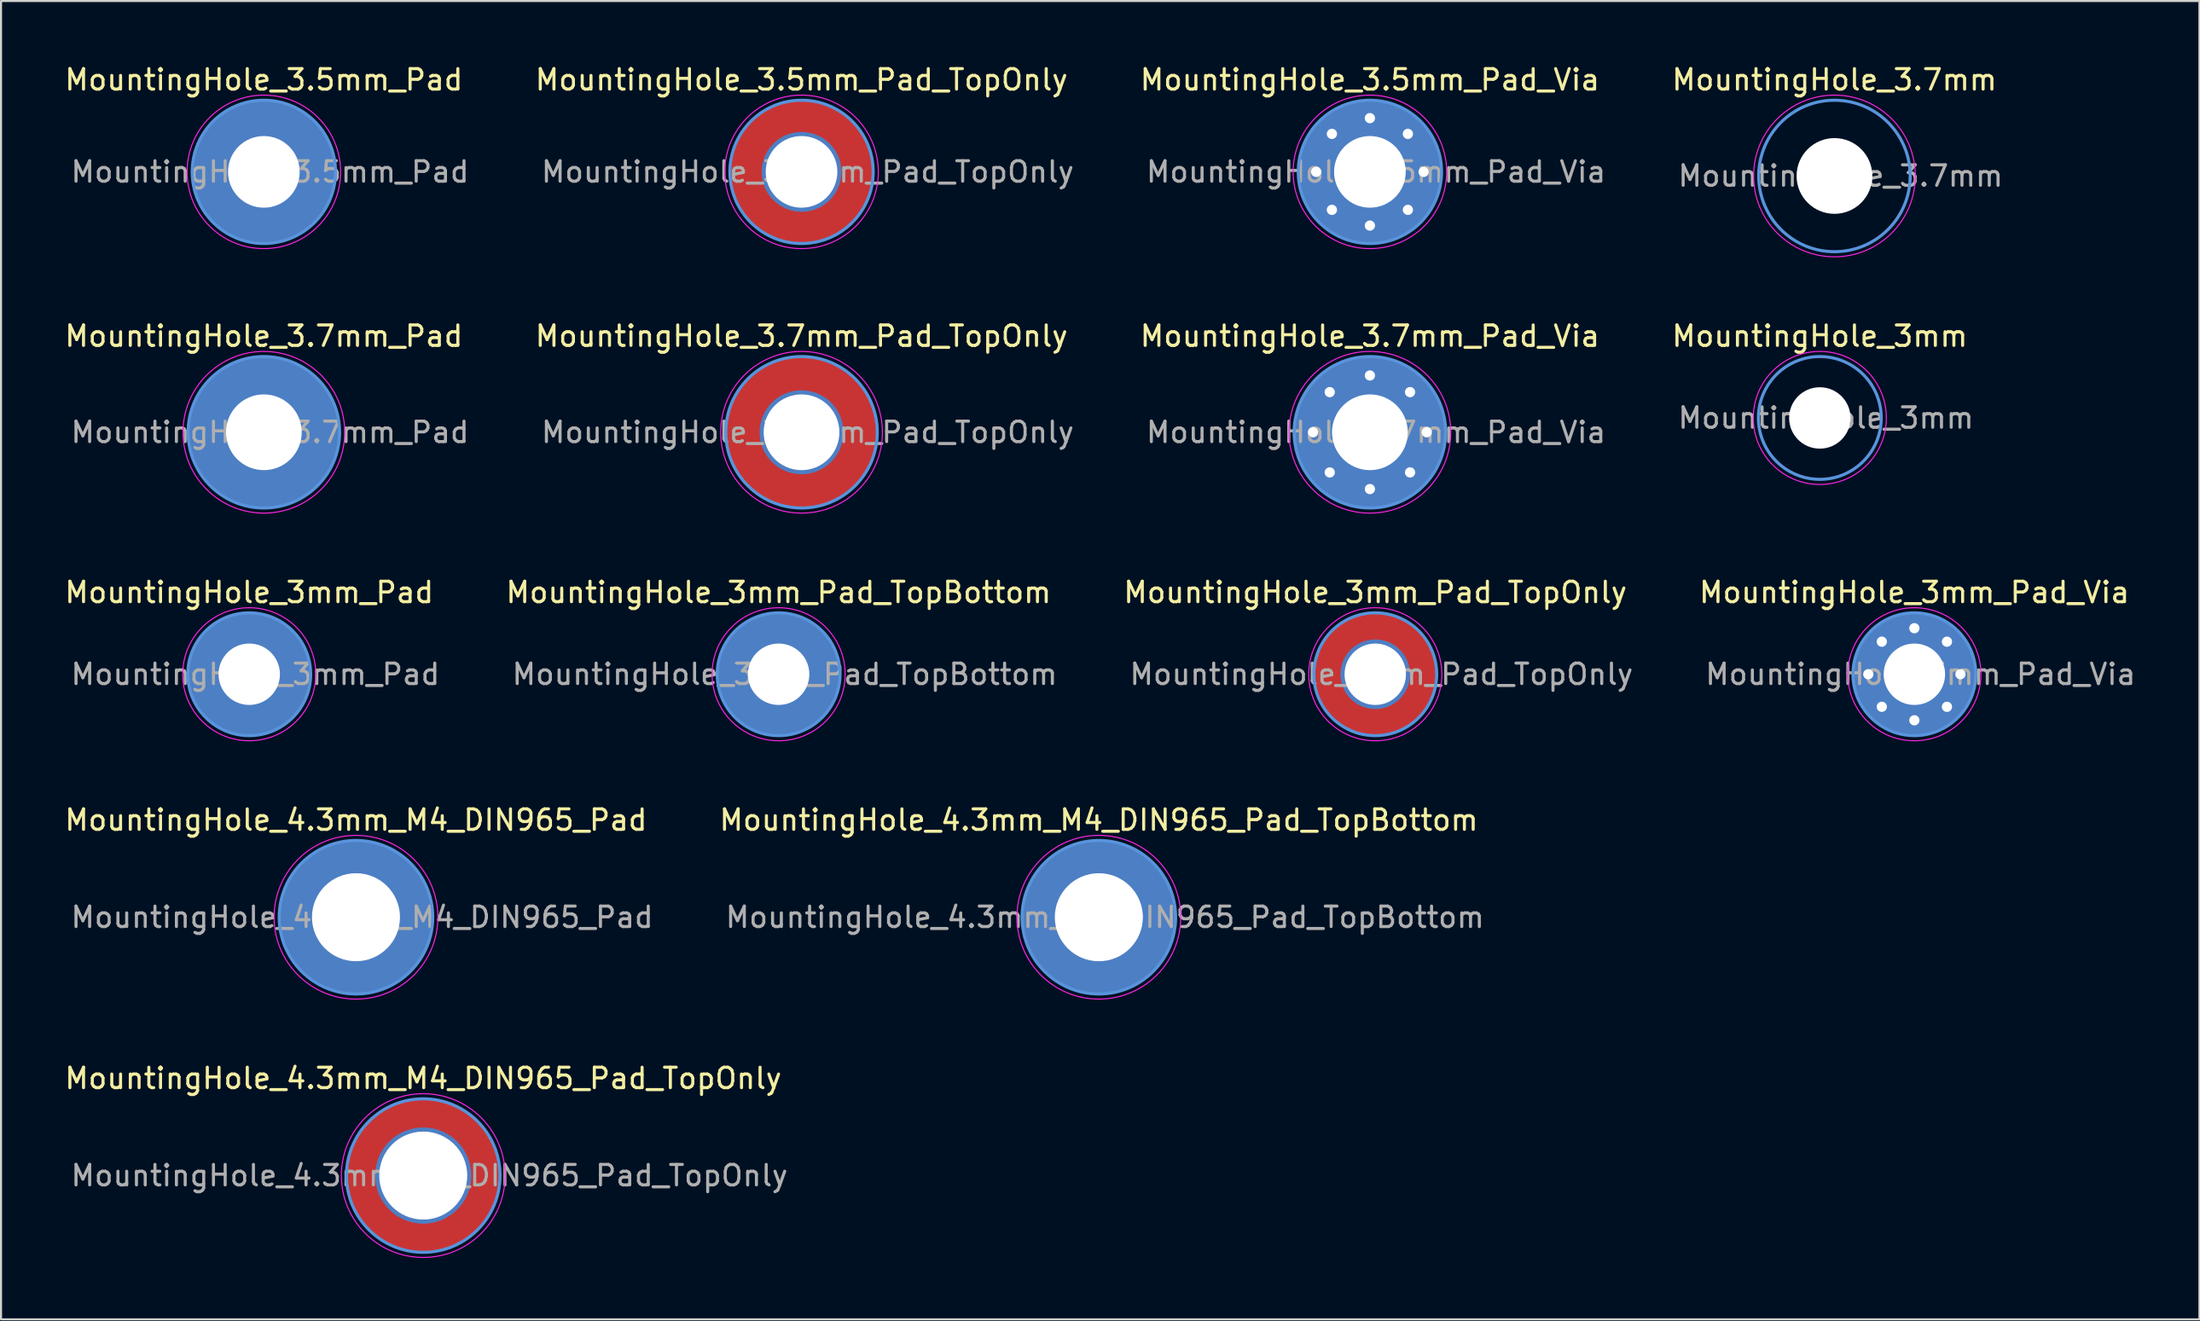
<source format=kicad_pcb>
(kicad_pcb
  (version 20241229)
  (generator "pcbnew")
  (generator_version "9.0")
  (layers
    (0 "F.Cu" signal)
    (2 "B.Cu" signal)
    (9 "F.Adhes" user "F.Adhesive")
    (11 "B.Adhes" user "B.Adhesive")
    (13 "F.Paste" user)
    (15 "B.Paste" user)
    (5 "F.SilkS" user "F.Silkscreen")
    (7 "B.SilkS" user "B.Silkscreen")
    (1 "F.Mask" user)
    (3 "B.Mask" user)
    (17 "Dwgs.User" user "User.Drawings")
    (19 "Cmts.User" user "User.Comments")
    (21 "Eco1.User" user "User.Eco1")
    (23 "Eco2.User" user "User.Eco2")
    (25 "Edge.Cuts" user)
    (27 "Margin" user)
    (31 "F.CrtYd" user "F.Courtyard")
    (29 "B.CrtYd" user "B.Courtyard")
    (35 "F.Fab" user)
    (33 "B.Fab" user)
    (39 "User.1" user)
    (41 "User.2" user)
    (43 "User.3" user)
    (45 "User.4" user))
  (footprint "MountingHole_4.3mm_M4_DIN965_Pad_TopOnly"
    (layer "F.Cu")
    (at 17.625 54.391)
    (property "Reference" "MountingHole_4.3mm_M4_DIN965_Pad_TopOnly" (at 0 -4.75 0) (layer "F.SilkS") (effects (font (size 1 1) (thickness 0.15))))
    (attr exclude_from_pos_files exclude_from_bom)
    (fp_circle (center 0 0) (end 3.75 0) (stroke (width 0.15) (type solid)) (fill no) (layer "Cmts.User"))
    (fp_circle (center 0 0) (end 4 0) (stroke (width 0.05) (type solid)) (fill no) (layer "F.CrtYd"))
    (fp_text user "${REFERENCE}" (at 0.3 0 0) (layer "F.Fab") (effects (font (size 1 1) (thickness 0.15))))
    (pad "1" thru_hole circle (at 0 0) (size 4.7 4.7) (drill 4.3) (layers "*.Cu" "*.Mask"))
    (pad "1" connect circle (at 0 0) (size 7.5 7.5) (layers "F.Cu" "F.Mask")))
  (footprint "MountingHole_3.7mm"
    (layer "F.Cu")
    (at 86.561 5.548)
    (property "Reference" "MountingHole_3.7mm" (at 0 -4.7 0) (layer "F.SilkS") (effects (font (size 1 1) (thickness 0.15))))
    (attr exclude_from_pos_files exclude_from_bom)
    (fp_circle (center 0 0) (end 3.7 0) (stroke (width 0.15) (type solid)) (fill no) (layer "Cmts.User"))
    (fp_circle (center 0 0) (end 3.95 0) (stroke (width 0.05) (type solid)) (fill no) (layer "F.CrtYd"))
    (fp_text user "${REFERENCE}" (at 0.3 0 0) (layer "F.Fab") (effects (font (size 1 1) (thickness 0.15))))
    (pad "" np_thru_hole circle (at 0 0) (size 3.7 3.7) (drill 3.7) (layers "*.Cu" "*.Mask")))
  (footprint "MountingHole_4.3mm_M4_DIN965_Pad"
    (layer "F.Cu")
    (at 14.339 41.768)
    (property "Reference" "MountingHole_4.3mm_M4_DIN965_Pad" (at 0 -4.75 0) (layer "F.SilkS") (effects (font (size 1 1) (thickness 0.15))))
    (attr exclude_from_pos_files exclude_from_bom)
    (fp_circle (center 0 0) (end 3.75 0) (stroke (width 0.15) (type solid)) (fill no) (layer "Cmts.User"))
    (fp_circle (center 0 0) (end 4 0) (stroke (width 0.05) (type solid)) (fill no) (layer "F.CrtYd"))
    (fp_text user "${REFERENCE}" (at 0.3 0 0) (layer "F.Fab") (effects (font (size 1 1) (thickness 0.15))))
    (pad "1" thru_hole circle (at 0 0) (size 7.5 7.5) (drill 4.3) (layers "*.Cu" "*.Mask")))
  (footprint "MountingHole_3mm_Pad_Via"
    (layer "F.Cu")
    (at 90.465 29.895)
    (property "Reference" "MountingHole_3mm_Pad_Via" (at 0 -4 0) (layer "F.SilkS") (effects (font (size 1 1) (thickness 0.15))))
    (attr exclude_from_pos_files exclude_from_bom)
    (fp_circle (center 0 0) (end 3 0) (stroke (width 0.15) (type solid)) (fill no) (layer "Cmts.User"))
    (fp_circle (center 0 0) (end 3.25 0) (stroke (width 0.05) (type solid)) (fill no) (layer "F.CrtYd"))
    (fp_text user "${REFERENCE}" (at 0.3 0 0) (layer "F.Fab") (effects (font (size 1 1) (thickness 0.15))))
    (pad "1" thru_hole circle (at -2.25 0) (size 0.8 0.8) (drill 0.5) (layers "*.Cu" "*.Mask"))
    (pad "1" thru_hole circle (at -1.591 -1.591) (size 0.8 0.8) (drill 0.5) (layers "*.Cu" "*.Mask"))
    (pad "1" thru_hole circle (at -1.591 1.591) (size 0.8 0.8) (drill 0.5) (layers "*.Cu" "*.Mask"))
    (pad "1" thru_hole circle (at 0 -2.25) (size 0.8 0.8) (drill 0.5) (layers "*.Cu" "*.Mask"))
    (pad "1" thru_hole circle (at 0 0) (size 6 6) (drill 3) (layers "*.Cu" "*.Mask"))
    (pad "1" thru_hole circle (at 0 2.25) (size 0.8 0.8) (drill 0.5) (layers "*.Cu" "*.Mask"))
    (pad "1" thru_hole circle (at 1.591 -1.591) (size 0.8 0.8) (drill 0.5) (layers "*.Cu" "*.Mask"))
    (pad "1" thru_hole circle (at 1.591 1.591) (size 0.8 0.8) (drill 0.5) (layers "*.Cu" "*.Mask"))
    (pad "1" thru_hole circle (at 2.25 0) (size 0.8 0.8) (drill 0.5) (layers "*.Cu" "*.Mask")))
  (footprint "MountingHole_3mm_Pad_TopBottom"
    (layer "F.Cu")
    (at 34.985 29.895)
    (property "Reference" "MountingHole_3mm_Pad_TopBottom" (at 0 -4 0) (layer "F.SilkS") (effects (font (size 1 1) (thickness 0.15))))
    (attr exclude_from_pos_files exclude_from_bom)
    (fp_circle (center 0 0) (end 3 0) (stroke (width 0.15) (type solid)) (fill no) (layer "Cmts.User"))
    (fp_circle (center 0 0) (end 3.25 0) (stroke (width 0.05) (type solid)) (fill no) (layer "F.CrtYd"))
    (fp_text user "${REFERENCE}" (at 0.3 0 0) (layer "F.Fab") (effects (font (size 1 1) (thickness 0.15))))
    (pad "1" thru_hole circle (at 0 0) (size 3.4 3.4) (drill 3) (layers "*.Cu" "*.Mask"))
    (pad "1" connect circle (at 0 0) (size 6 6) (layers "F.Cu" "F.Mask"))
    (pad "1" connect circle (at 0 0) (size 6 6) (layers "B.Cu" "B.Mask")))
  (footprint "MountingHole_3.7mm_Pad_Via"
    (layer "F.Cu")
    (at 63.868 18.072)
    (property "Reference" "MountingHole_3.7mm_Pad_Via" (at 0 -4.7 0) (layer "F.SilkS") (effects (font (size 1 1) (thickness 0.15))))
    (attr exclude_from_pos_files exclude_from_bom)
    (fp_circle (center 0 0) (end 3.7 0) (stroke (width 0.15) (type solid)) (fill no) (layer "Cmts.User"))
    (fp_circle (center 0 0) (end 3.95 0) (stroke (width 0.05) (type solid)) (fill no) (layer "F.CrtYd"))
    (fp_text user "${REFERENCE}" (at 0.3 0 0) (layer "F.Fab") (effects (font (size 1 1) (thickness 0.15))))
    (pad "1" thru_hole circle (at -2.775 0) (size 0.8 0.8) (drill 0.5) (layers "*.Cu" "*.Mask"))
    (pad "1" thru_hole circle (at -1.962 -1.962) (size 0.8 0.8) (drill 0.5) (layers "*.Cu" "*.Mask"))
    (pad "1" thru_hole circle (at -1.962 1.962) (size 0.8 0.8) (drill 0.5) (layers "*.Cu" "*.Mask"))
    (pad "1" thru_hole circle (at 0 -2.775) (size 0.8 0.8) (drill 0.5) (layers "*.Cu" "*.Mask"))
    (pad "1" thru_hole circle (at 0 0) (size 7.4 7.4) (drill 3.7) (layers "*.Cu" "*.Mask"))
    (pad "1" thru_hole circle (at 0 2.775) (size 0.8 0.8) (drill 0.5) (layers "*.Cu" "*.Mask"))
    (pad "1" thru_hole circle (at 1.962 -1.962) (size 0.8 0.8) (drill 0.5) (layers "*.Cu" "*.Mask"))
    (pad "1" thru_hole circle (at 1.962 1.962) (size 0.8 0.8) (drill 0.5) (layers "*.Cu" "*.Mask"))
    (pad "1" thru_hole circle (at 2.775 0) (size 0.8 0.8) (drill 0.5) (layers "*.Cu" "*.Mask")))
  (footprint "MountingHole_4.3mm_M4_DIN965_Pad_TopBottom"
    (layer "F.Cu")
    (at 50.627 41.768)
    (property "Reference" "MountingHole_4.3mm_M4_DIN965_Pad_TopBottom" (at 0 -4.75 0) (layer "F.SilkS") (effects (font (size 1 1) (thickness 0.15))))
    (attr exclude_from_pos_files exclude_from_bom)
    (fp_circle (center 0 0) (end 3.75 0) (stroke (width 0.15) (type solid)) (fill no) (layer "Cmts.User"))
    (fp_circle (center 0 0) (end 4 0) (stroke (width 0.05) (type solid)) (fill no) (layer "F.CrtYd"))
    (fp_text user "${REFERENCE}" (at 0.3 0 0) (layer "F.Fab") (effects (font (size 1 1) (thickness 0.15))))
    (pad "1" thru_hole circle (at 0 0) (size 4.7 4.7) (drill 4.3) (layers "*.Cu" "*.Mask"))
    (pad "1" connect circle (at 0 0) (size 7.5 7.5) (layers "F.Cu" "F.Mask"))
    (pad "1" connect circle (at 0 0) (size 7.5 7.5) (layers "B.Cu" "B.Mask")))
  (footprint "MountingHole_3.7mm_Pad"
    (layer "F.Cu")
    (at 9.839 18.072)
    (property "Reference" "MountingHole_3.7mm_Pad" (at 0 -4.7 0) (layer "F.SilkS") (effects (font (size 1 1) (thickness 0.15))))
    (attr exclude_from_pos_files exclude_from_bom)
    (fp_circle (center 0 0) (end 3.7 0) (stroke (width 0.15) (type solid)) (fill no) (layer "Cmts.User"))
    (fp_circle (center 0 0) (end 3.95 0) (stroke (width 0.05) (type solid)) (fill no) (layer "F.CrtYd"))
    (fp_text user "${REFERENCE}" (at 0.3 0 0) (layer "F.Fab") (effects (font (size 1 1) (thickness 0.15))))
    (pad "1" thru_hole circle (at 0 0) (size 7.4 7.4) (drill 3.7) (layers "*.Cu" "*.Mask")))
  (footprint "MountingHole_3.7mm_Pad_TopOnly"
    (layer "F.Cu")
    (at 36.104 18.072)
    (property "Reference" "MountingHole_3.7mm_Pad_TopOnly" (at 0 -4.7 0) (layer "F.SilkS") (effects (font (size 1 1) (thickness 0.15))))
    (attr exclude_from_pos_files exclude_from_bom)
    (fp_circle (center 0 0) (end 3.7 0) (stroke (width 0.15) (type solid)) (fill no) (layer "Cmts.User"))
    (fp_circle (center 0 0) (end 3.95 0) (stroke (width 0.05) (type solid)) (fill no) (layer "F.CrtYd"))
    (fp_text user "${REFERENCE}" (at 0.3 0 0) (layer "F.Fab") (effects (font (size 1 1) (thickness 0.15))))
    (pad "1" thru_hole circle (at 0 0) (size 4.1 4.1) (drill 3.7) (layers "*.Cu" "*.Mask"))
    (pad "1" connect circle (at 0 0) (size 7.4 7.4) (layers "F.Cu" "F.Mask")))
  (footprint "MountingHole_3mm_Pad"
    (layer "F.Cu")
    (at 9.125 29.895)
    (property "Reference" "MountingHole_3mm_Pad" (at 0 -4 0) (layer "F.SilkS") (effects (font (size 1 1) (thickness 0.15))))
    (attr exclude_from_pos_files exclude_from_bom)
    (fp_circle (center 0 0) (end 3 0) (stroke (width 0.15) (type solid)) (fill no) (layer "Cmts.User"))
    (fp_circle (center 0 0) (end 3.25 0) (stroke (width 0.05) (type solid)) (fill no) (layer "F.CrtYd"))
    (fp_text user "${REFERENCE}" (at 0.3 0 0) (layer "F.Fab") (effects (font (size 1 1) (thickness 0.15))))
    (pad "1" thru_hole circle (at 0 0) (size 6 6) (drill 3) (layers "*.Cu" "*.Mask")))
  (footprint "MountingHole_3.5mm_Pad_TopOnly"
    (layer "F.Cu")
    (at 36.104 5.348)
    (property "Reference" "MountingHole_3.5mm_Pad_TopOnly" (at 0 -4.5 0) (layer "F.SilkS") (effects (font (size 1 1) (thickness 0.15))))
    (attr exclude_from_pos_files exclude_from_bom)
    (fp_circle (center 0 0) (end 3.5 0) (stroke (width 0.15) (type solid)) (fill no) (layer "Cmts.User"))
    (fp_circle (center 0 0) (end 3.75 0) (stroke (width 0.05) (type solid)) (fill no) (layer "F.CrtYd"))
    (fp_text user "${REFERENCE}" (at 0.3 0 0) (layer "F.Fab") (effects (font (size 1 1) (thickness 0.15))))
    (pad "1" thru_hole circle (at 0 0) (size 3.9 3.9) (drill 3.5) (layers "*.Cu" "*.Mask"))
    (pad "1" connect circle (at 0 0) (size 7 7) (layers "F.Cu" "F.Mask")))
  (footprint "MountingHole_3mm"
    (layer "F.Cu")
    (at 85.846 17.372)
    (property "Reference" "MountingHole_3mm" (at 0 -4 0) (layer "F.SilkS") (effects (font (size 1 1) (thickness 0.15))))
    (attr exclude_from_pos_files exclude_from_bom)
    (fp_circle (center 0 0) (end 3 0) (stroke (width 0.15) (type solid)) (fill no) (layer "Cmts.User"))
    (fp_circle (center 0 0) (end 3.25 0) (stroke (width 0.05) (type solid)) (fill no) (layer "F.CrtYd"))
    (fp_text user "${REFERENCE}" (at 0.3 0 0) (layer "F.Fab") (effects (font (size 1 1) (thickness 0.15))))
    (pad "" np_thru_hole circle (at 0 0) (size 3 3) (drill 3) (layers "*.Cu" "*.Mask")))
  (footprint "MountingHole_3.5mm_Pad_Via"
    (layer "F.Cu")
    (at 63.868 5.348)
    (property "Reference" "MountingHole_3.5mm_Pad_Via" (at 0 -4.5 0) (layer "F.SilkS") (effects (font (size 1 1) (thickness 0.15))))
    (attr exclude_from_pos_files exclude_from_bom)
    (fp_circle (center 0 0) (end 3.5 0) (stroke (width 0.15) (type solid)) (fill no) (layer "Cmts.User"))
    (fp_circle (center 0 0) (end 3.75 0) (stroke (width 0.05) (type solid)) (fill no) (layer "F.CrtYd"))
    (fp_text user "${REFERENCE}" (at 0.3 0 0) (layer "F.Fab") (effects (font (size 1 1) (thickness 0.15))))
    (pad "1" thru_hole circle (at -2.625 0) (size 0.8 0.8) (drill 0.5) (layers "*.Cu" "*.Mask"))
    (pad "1" thru_hole circle (at -1.856 -1.856) (size 0.8 0.8) (drill 0.5) (layers "*.Cu" "*.Mask"))
    (pad "1" thru_hole circle (at -1.856 1.856) (size 0.8 0.8) (drill 0.5) (layers "*.Cu" "*.Mask"))
    (pad "1" thru_hole circle (at 0 -2.625) (size 0.8 0.8) (drill 0.5) (layers "*.Cu" "*.Mask"))
    (pad "1" thru_hole circle (at 0 0) (size 7 7) (drill 3.5) (layers "*.Cu" "*.Mask"))
    (pad "1" thru_hole circle (at 0 2.625) (size 0.8 0.8) (drill 0.5) (layers "*.Cu" "*.Mask"))
    (pad "1" thru_hole circle (at 1.856 -1.856) (size 0.8 0.8) (drill 0.5) (layers "*.Cu" "*.Mask"))
    (pad "1" thru_hole circle (at 1.856 1.856) (size 0.8 0.8) (drill 0.5) (layers "*.Cu" "*.Mask"))
    (pad "1" thru_hole circle (at 2.625 0) (size 0.8 0.8) (drill 0.5) (layers "*.Cu" "*.Mask")))
  (footprint "MountingHole_3.5mm_Pad"
    (layer "F.Cu")
    (at 9.839 5.348)
    (property "Reference" "MountingHole_3.5mm_Pad" (at 0 -4.5 0) (layer "F.SilkS") (effects (font (size 1 1) (thickness 0.15))))
    (attr exclude_from_pos_files exclude_from_bom)
    (fp_circle (center 0 0) (end 3.5 0) (stroke (width 0.15) (type solid)) (fill no) (layer "Cmts.User"))
    (fp_circle (center 0 0) (end 3.75 0) (stroke (width 0.05) (type solid)) (fill no) (layer "F.CrtYd"))
    (fp_text user "${REFERENCE}" (at 0.3 0 0) (layer "F.Fab") (effects (font (size 1 1) (thickness 0.15))))
    (pad "1" thru_hole circle (at 0 0) (size 7 7) (drill 3.5) (layers "*.Cu" "*.Mask")))
  (footprint "MountingHole_3mm_Pad_TopOnly"
    (layer "F.Cu")
    (at 64.13 29.895)
    (property "Reference" "MountingHole_3mm_Pad_TopOnly" (at 0 -4 0) (layer "F.SilkS") (effects (font (size 1 1) (thickness 0.15))))
    (attr exclude_from_pos_files exclude_from_bom)
    (fp_circle (center 0 0) (end 3 0) (stroke (width 0.15) (type solid)) (fill no) (layer "Cmts.User"))
    (fp_circle (center 0 0) (end 3.25 0) (stroke (width 0.05) (type solid)) (fill no) (layer "F.CrtYd"))
    (fp_text user "${REFERENCE}" (at 0.3 0 0) (layer "F.Fab") (effects (font (size 1 1) (thickness 0.15))))
    (pad "1" thru_hole circle (at 0 0) (size 3.4 3.4) (drill 3) (layers "*.Cu" "*.Mask"))
    (pad "1" connect circle (at 0 0) (size 6 6) (layers "F.Cu" "F.Mask")))
  (gr_rect
    (start -3 -3)
    (end 104.39 61.416)
    (stroke (width 0.1) (type default))
    (fill no)
    (layer "Edge.Cuts")))
</source>
